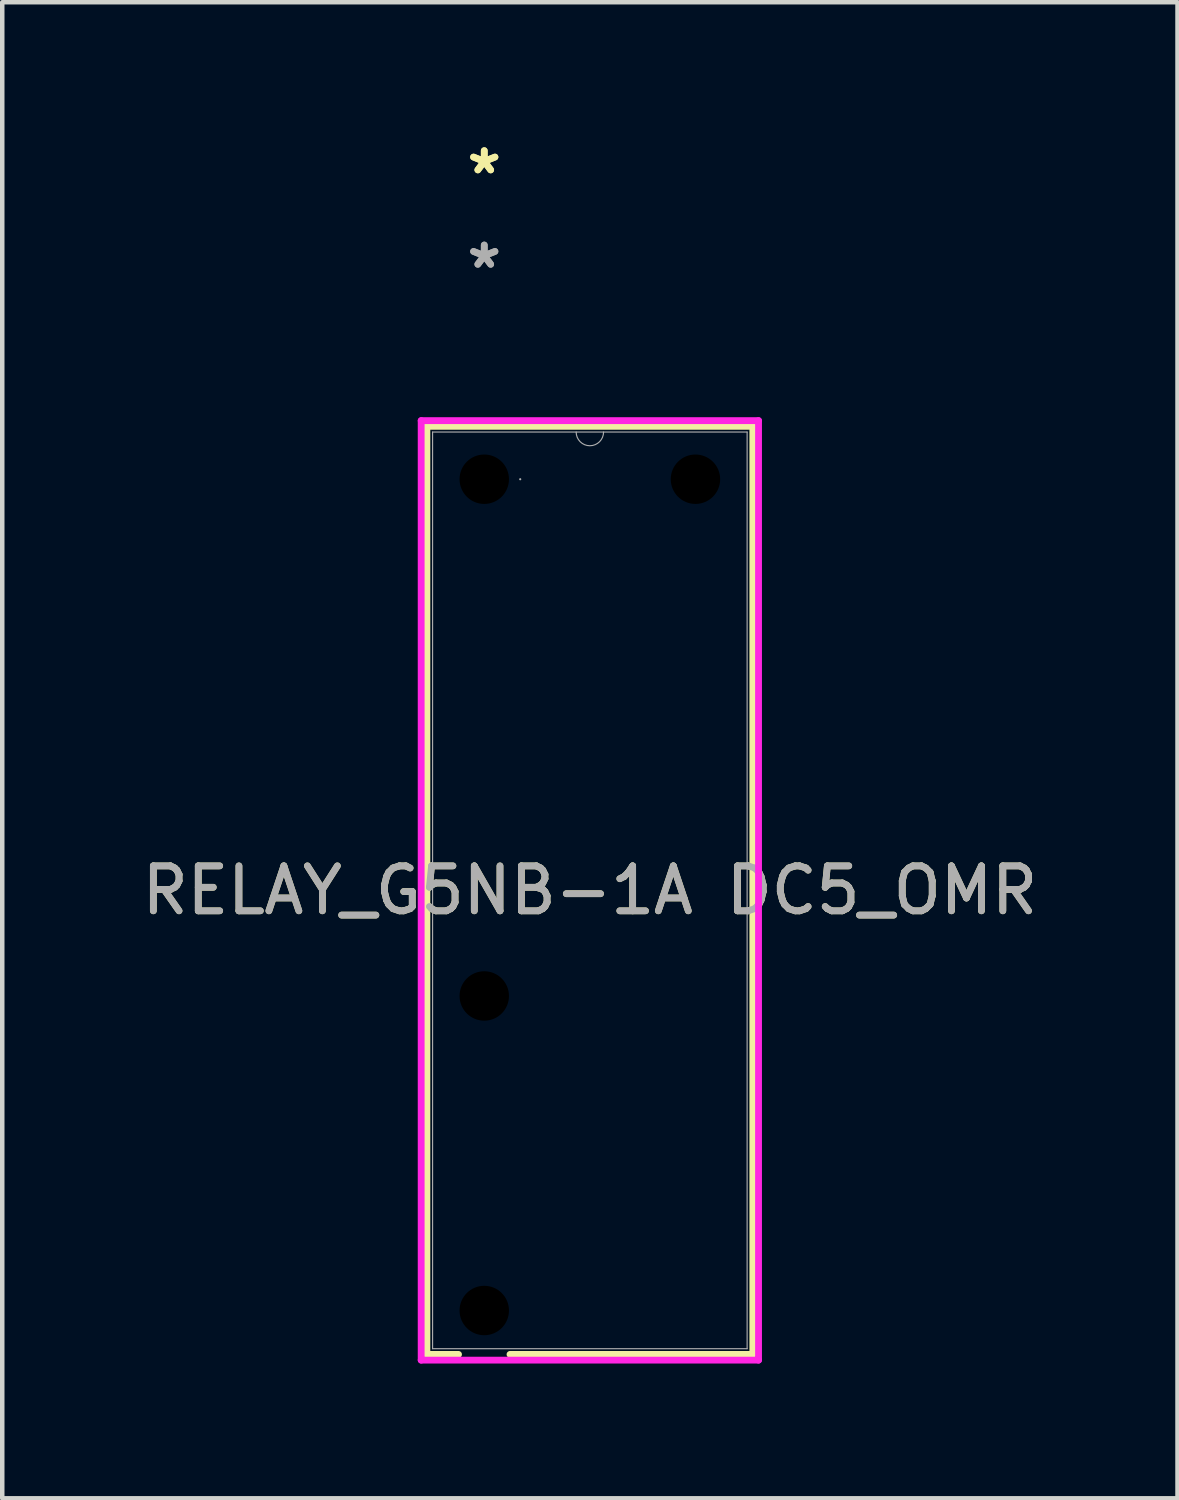
<source format=kicad_pcb>
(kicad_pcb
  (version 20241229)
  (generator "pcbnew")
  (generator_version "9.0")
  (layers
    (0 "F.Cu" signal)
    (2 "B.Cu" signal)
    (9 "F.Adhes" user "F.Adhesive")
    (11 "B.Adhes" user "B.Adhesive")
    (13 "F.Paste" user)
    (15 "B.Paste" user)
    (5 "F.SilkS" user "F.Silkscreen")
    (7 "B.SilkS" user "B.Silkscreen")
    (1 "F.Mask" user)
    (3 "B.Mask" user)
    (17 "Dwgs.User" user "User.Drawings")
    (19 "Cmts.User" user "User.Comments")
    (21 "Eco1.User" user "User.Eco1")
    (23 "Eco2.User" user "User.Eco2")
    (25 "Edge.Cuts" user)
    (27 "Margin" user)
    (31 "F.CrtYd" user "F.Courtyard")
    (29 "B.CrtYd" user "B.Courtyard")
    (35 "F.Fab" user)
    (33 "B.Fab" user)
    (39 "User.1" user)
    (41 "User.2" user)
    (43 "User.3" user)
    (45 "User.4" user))
  (footprint "RELAY_G5NB-1A DC5_OMR"
    (layer "F.Cu")
    (at 12.427 25.915)
    (property "Reference" "RELAY_G5NB-1A DC5_OMR" (at -2.35 -9.15 0) (unlocked yes) (layer "F.SilkS") (effects (font (size 1 1) (thickness 0.15))))
    (fp_line (start -5.977 -19.477) (end -5.977 1.177) (stroke (width 0.152) (type solid)) (layer "F.SilkS"))
    (fp_line (start -5.977 1.177) (end -5.273 1.177) (stroke (width 0.152) (type solid)) (layer "F.SilkS"))
    (fp_line (start -4.127 1.177) (end 1.277 1.177) (stroke (width 0.152) (type solid)) (layer "F.SilkS"))
    (fp_line (start 1.277 -19.477) (end -5.977 -19.477) (stroke (width 0.152) (type solid)) (layer "F.SilkS"))
    (fp_line (start 1.277 1.177) (end 1.277 -19.477) (stroke (width 0.152) (type solid)) (layer "F.SilkS"))
    (fp_line (start -6.104 -19.604) (end 1.404 -19.604) (stroke (width 0.152) (type solid)) (layer "F.CrtYd"))
    (fp_line (start -6.104 1.304) (end -6.104 -19.604) (stroke (width 0.152) (type solid)) (layer "F.CrtYd"))
    (fp_line (start 1.404 -19.604) (end 1.404 1.304) (stroke (width 0.152) (type solid)) (layer "F.CrtYd"))
    (fp_line (start 1.404 1.304) (end -6.104 1.304) (stroke (width 0.152) (type solid)) (layer "F.CrtYd"))
    (fp_line (start -5.85 -19.35) (end -5.85 1.05) (stroke (width 0.025) (type solid)) (layer "F.Fab"))
    (fp_line (start -5.85 1.05) (end 1.15 1.05) (stroke (width 0.025) (type solid)) (layer "F.Fab"))
    (fp_line (start 1.15 -19.35) (end -5.85 -19.35) (stroke (width 0.025) (type solid)) (layer "F.Fab"))
    (fp_line (start 1.15 1.05) (end 1.15 -19.35) (stroke (width 0.025) (type solid)) (layer "F.Fab"))
    (fp_arc (start -2.0452 -19.35) (mid -2.35 -19.0452) (end -2.6548 -19.35) (stroke (width 0.0254) (type solid)) (layer "F.Fab"))
    (fp_circle (center -3.9 -18.3) (end -3.9 -18.3) (stroke (width 0.025) (type solid)) (fill no) (layer "F.Fab"))
    (fp_text user "*" (at -4.7 -25.067 0) (layer "F.SilkS") (effects (font (size 1 1) (thickness 0.15))))
    (fp_text user "*" (at -4.7 -25.067 0) (unlocked yes) (layer "F.SilkS") (effects (font (size 1 1) (thickness 0.15))))
    (fp_text user "*" (at -4.7 -22.967 0) (layer "F.Fab") (effects (font (size 1 1) (thickness 0.15))))
    (fp_text user "*" (at -4.7 -22.967 0) (unlocked yes) (layer "F.Fab") (effects (font (size 1 1) (thickness 0.15))))
    (fp_text user "${REFERENCE}" (at -2.35 -9.15 0) (unlocked yes) (layer "F.Fab") (effects (font (size 1 1) (thickness 0.15))))
    (pad "" np_thru_hole circle (at -4.7 -18.3) (size 1.608 1.608) (drill 1.1) (layers))
    (pad "" np_thru_hole circle (at -4.7 -6.8) (size 1.608 1.608) (drill 1.1) (layers))
    (pad "" np_thru_hole circle (at -4.7 0.2) (size 1.608 1.608) (drill 1.1) (layers))
    (pad "" np_thru_hole circle (at 0 -18.3) (size 1.608 1.608) (drill 1.1) (layers)))
  (gr_rect
    (start -3 -3)
    (end 23.155 30.295)
    (stroke (width 0.1) (type default))
    (fill no)
    (layer "Edge.Cuts")))
</source>
